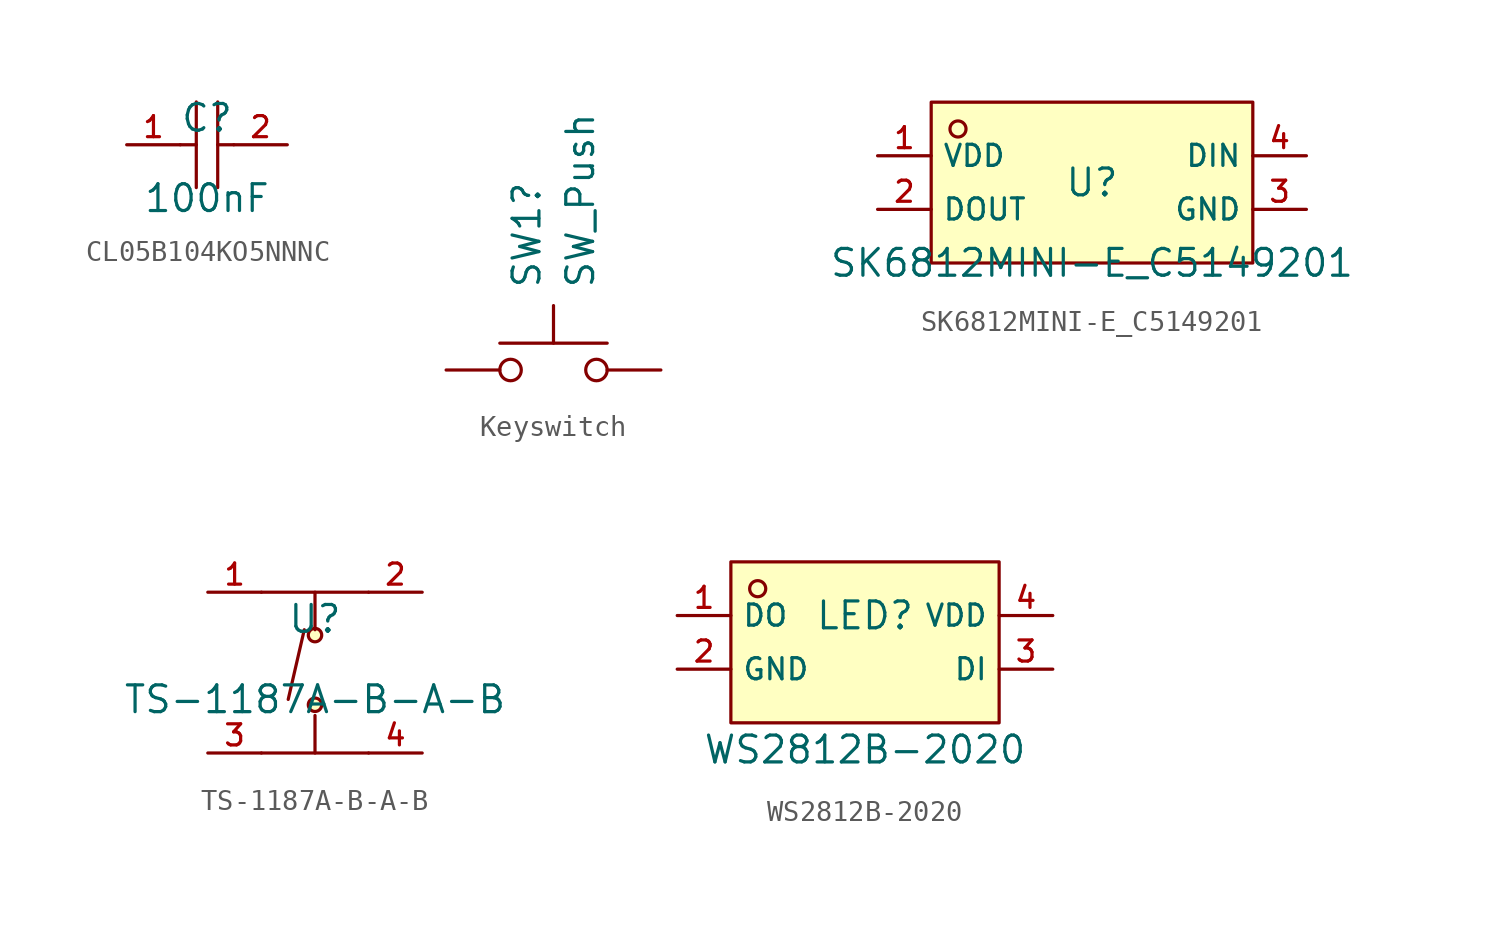
<source format=kicad_sym>
(kicad_symbol_lib
  (version 20220914)
  (generator kicad_symbol_editor)
  (symbol "CL05B104KO5NNNC"
    (pin_names hide)
    (property "Reference" "C"
      (at 0 1.27 0)
      (effects (font (size 1.27 1.27))))
    (property "Value" "100nF"
      (at 0 -2.54 0)
      (effects (font (size 1.27 1.27))))
    (symbol "CL05B104KO5NNNC_0_1"
      (polyline (pts (xy -1.27 0) (xy -0.508 0)) (stroke (width 0) (type default)) (fill (type none)))
      (polyline (pts (xy -0.508 2.032) (xy -0.508 -2.032)) (stroke (width 0) (type default)) (fill (type none)))
      (polyline (pts (xy 0.508 0) (xy 1.27 0)) (stroke (width 0) (type default)) (fill (type none)))
      (polyline (pts (xy 0.508 2.032) (xy 0.508 -2.032)) (stroke (width 0) (type default)) (fill (type none)))
      (pin input line (at -3.81 0 0) (length 2.54) (name "1" (effects (font (size 1 1)))) (number "1" (effects (font (size 1 1)))))
      (pin input line (at 3.81 0 180) (length 2.54) (name "2" (effects (font (size 1 1)))) (number "2" (effects (font (size 1 1)))))))
  (symbol "Keyswitch"
    (pin_numbers hide)
    (pin_names
      (offset 1.016) hide)
    (property "Reference" "SW1"
      (at -1.27 3.81 90)
      (effects (font (size 1.27 1.27)) (justify left)))
    (property "Value" "SW_Push"
      (at 1.27 3.81 90)
      (effects (font (size 1.27 1.27)) (justify left)))
    (symbol "Keyswitch_0_1"
      (circle (center -2.032 0) (radius 0.508) (stroke (width 0) (type default)) (fill (type none)))
      (polyline (pts (xy 0 1.27) (xy 0 3.048)) (stroke (width 0) (type default)) (fill (type none)))
      (polyline (pts (xy 2.54 1.27) (xy -2.54 1.27)) (stroke (width 0) (type default)) (fill (type none)))
      (circle (center 2.032 0) (radius 0.508) (stroke (width 0) (type default)) (fill (type none)))
      (pin passive line (at -5.08 0 0) (length 2.54) (name "1" (effects (font (size 1.27 1.27)))) (number "1" (effects (font (size 1.27 1.27)))))
      (pin passive line (at 5.08 0 180) (length 2.54) (name "2" (effects (font (size 1.27 1.27)))) (number "2" (effects (font (size 1.27 1.27)))))))
  (symbol "SK6812MINI-E_C5149201"
    (property "Reference" "U"
      (at 0 1.27 0)
      (effects (font (size 1.27 1.27))))
    (property "Value" "SK6812MINI-E_C5149201"
      (at 0 -2.54 0)
      (effects (font (size 1.27 1.27))))
    (symbol "SK6812MINI-E_C5149201_0_1"
      (rectangle (start -7.62 5.08) (end 7.62 -2.54) (stroke (width 0) (type default)) (fill (type background)))
      (circle (center -6.35 3.81) (radius 0.381) (stroke (width 0) (type default)) (fill (type background)))
      (pin unspecified line (at -10.16 2.54 0) (length 2.54) (name "VDD" (effects (font (size 1 1)))) (number "1" (effects (font (size 1 1)))))
      (pin unspecified line (at -10.16 0 0) (length 2.54) (name "DOUT" (effects (font (size 1 1)))) (number "2" (effects (font (size 1 1)))))
      (pin unspecified line (at 10.16 0 180) (length 2.54) (name "GND" (effects (font (size 1 1)))) (number "3" (effects (font (size 1 1)))))
      (pin unspecified line (at 10.16 2.54 180) (length 2.54) (name "DIN" (effects (font (size 1 1)))) (number "4" (effects (font (size 1 1)))))))
  (symbol "TS-1187A-B-A-B"
    (pin_names hide)
    (property "Reference" "U"
      (at 0 1.27 0)
      (effects (font (size 1.27 1.27))))
    (property "Value" "TS-1187A-B-A-B"
      (at 0 -2.54 0)
      (effects (font (size 1.27 1.27))))
    (symbol "TS-1187A-B-A-B_0_1"
      (circle (center 0 -2.794) (radius 0.318) (stroke (width 0) (type default)) (fill (type background)))
      (polyline (pts (xy -2.54 -5.08) (xy 2.54 -5.08)) (stroke (width 0) (type default)) (fill (type none)))
      (polyline (pts (xy -2.54 2.54) (xy 2.54 2.54)) (stroke (width 0) (type default)) (fill (type none)))
      (polyline (pts (xy -0.508 0.762) (xy -1.27 -2.54)) (stroke (width 0) (type default)) (fill (type none)))
      (polyline (pts (xy 0 -3.302) (xy 0 -5.08)) (stroke (width 0) (type default)) (fill (type none)))
      (polyline (pts (xy 0 0.762) (xy 0 2.54)) (stroke (width 0) (type default)) (fill (type none)))
      (circle (center 0 0.508) (radius 0.318) (stroke (width 0) (type default)) (fill (type background)))
      (pin unspecified line (at -5.08 2.54 0) (length 2.54) (name "A" (effects (font (size 1 1)))) (number "1" (effects (font (size 1 1)))))
      (pin unspecified line (at 5.08 2.54 180) (length 2.54) (name "B" (effects (font (size 1 1)))) (number "2" (effects (font (size 1 1)))))
      (pin unspecified line (at -5.08 -5.08 0) (length 2.54) (name "C" (effects (font (size 1 1)))) (number "3" (effects (font (size 1 1)))))
      (pin unspecified line (at 5.08 -5.08 180) (length 2.54) (name "D" (effects (font (size 1 1)))) (number "4" (effects (font (size 1 1)))))))
  (symbol "WS2812B-2020"
    (property "Reference" "LED"
      (at 0 1.27 0)
      (effects (font (size 1.27 1.27))))
    (property "Value" "WS2812B-2020"
      (at 0 -5.08 0)
      (effects (font (size 1.27 1.27))))
    (symbol "WS2812B-2020_0_1"
      (rectangle (start -6.35 3.81) (end 6.35 -3.81) (stroke (width 0) (type default)) (fill (type background)))
      (circle (center -5.08 2.54) (radius 0.381) (stroke (width 0) (type default)) (fill (type background)))
      (pin unspecified line (at -8.89 1.27 0) (length 2.54) (name "DO" (effects (font (size 1 1)))) (number "1" (effects (font (size 1 1)))))
      (pin unspecified line (at -8.89 -1.27 0) (length 2.54) (name "GND" (effects (font (size 1 1)))) (number "2" (effects (font (size 1 1)))))
      (pin unspecified line (at 8.89 -1.27 180) (length 2.54) (name "DI" (effects (font (size 1 1)))) (number "3" (effects (font (size 1 1)))))
      (pin unspecified line (at 8.89 1.27 180) (length 2.54) (name "VDD" (effects (font (size 1 1)))) (number "4" (effects (font (size 1 1))))))))
</source>
